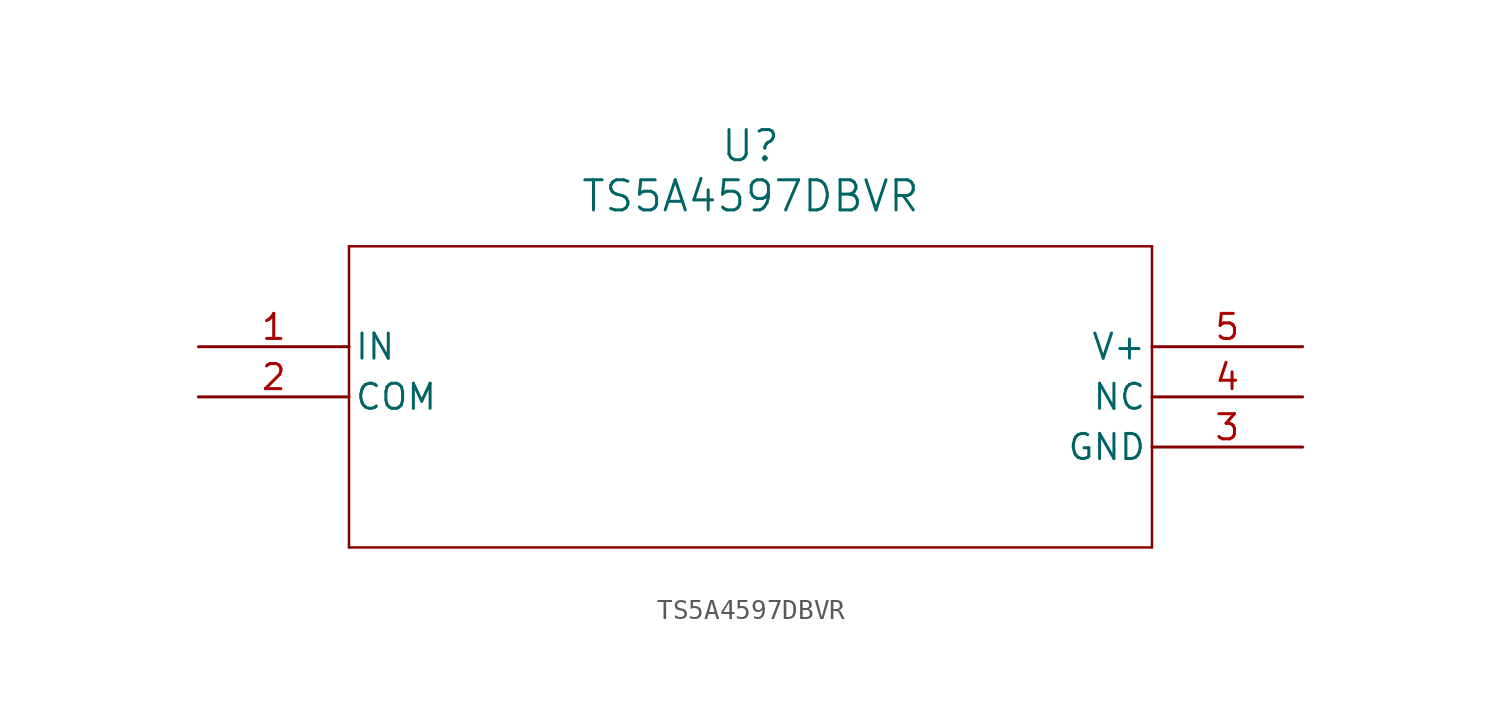
<source format=kicad_sym>
(kicad_symbol_lib
  (version 20211014)
  (generator kicad_symbol_editor)
  (symbol "TS5A4597DBVR"
    (pin_names
      (offset 0.254))
    (property "Reference" "U"
      (at 27.94 10.16 0)
      (effects (font (size 1.524 1.524))))
    (property "Value" "TS5A4597DBVR"
      (at 27.94 7.62 0)
      (effects (font (size 1.524 1.524))))
    (symbol "TS5A4597DBVR_0_1"
      (polyline (pts (xy 7.62 5.08) (xy 7.62 -10.16)) (stroke (width 0.127) (type default) (color 0 0 0 0)) (fill (type none)))
      (polyline (pts (xy 7.62 -10.16) (xy 48.26 -10.16)) (stroke (width 0.127) (type default) (color 0 0 0 0)) (fill (type none)))
      (polyline (pts (xy 48.26 -10.16) (xy 48.26 5.08)) (stroke (width 0.127) (type default) (color 0 0 0 0)) (fill (type none)))
      (polyline (pts (xy 48.26 5.08) (xy 7.62 5.08)) (stroke (width 0.127) (type default) (color 0 0 0 0)) (fill (type none)))
      (pin input line (at 0 0 0) (length 7.62) (name "IN" (effects (font (size 1.27 1.27)))) (number "1" (effects (font (size 1.27 1.27)))))
      (pin unspecified line (at 0 -2.54 0) (length 7.62) (name "COM" (effects (font (size 1.27 1.27)))) (number "2" (effects (font (size 1.27 1.27)))))
      (pin power_in line (at 55.88 -5.08 180) (length 7.62) (name "GND" (effects (font (size 1.27 1.27)))) (number "3" (effects (font (size 1.27 1.27)))))
      (pin unspecified line (at 55.88 -2.54 180) (length 7.62) (name "NC" (effects (font (size 1.27 1.27)))) (number "4" (effects (font (size 1.27 1.27)))))
      (pin power_in line (at 55.88 0 180) (length 7.62) (name "V+" (effects (font (size 1.27 1.27)))) (number "5" (effects (font (size 1.27 1.27))))))))
</source>
